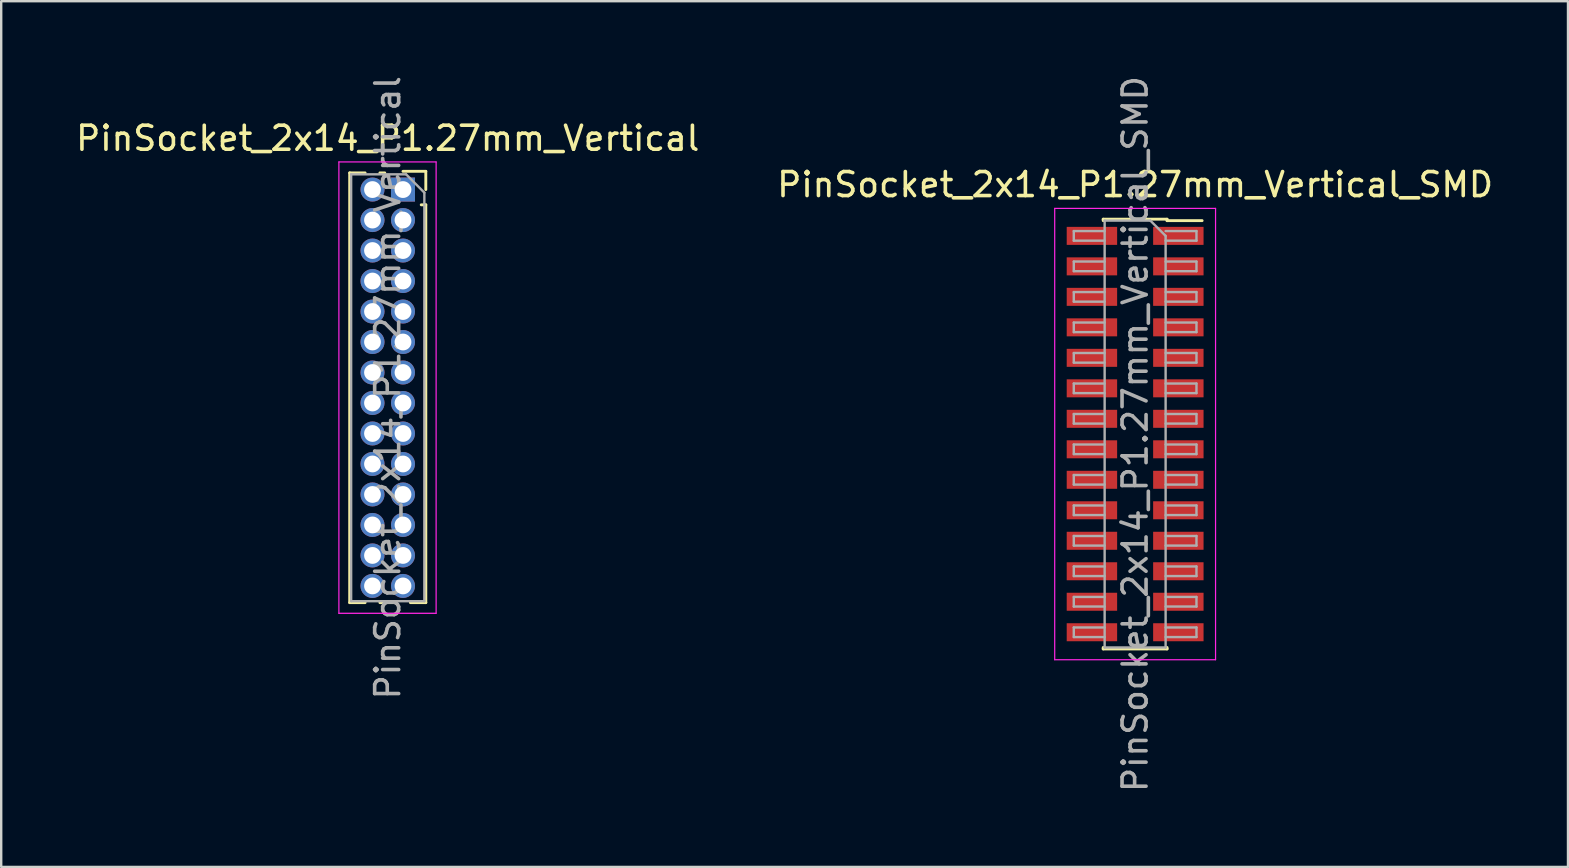
<source format=kicad_pcb>
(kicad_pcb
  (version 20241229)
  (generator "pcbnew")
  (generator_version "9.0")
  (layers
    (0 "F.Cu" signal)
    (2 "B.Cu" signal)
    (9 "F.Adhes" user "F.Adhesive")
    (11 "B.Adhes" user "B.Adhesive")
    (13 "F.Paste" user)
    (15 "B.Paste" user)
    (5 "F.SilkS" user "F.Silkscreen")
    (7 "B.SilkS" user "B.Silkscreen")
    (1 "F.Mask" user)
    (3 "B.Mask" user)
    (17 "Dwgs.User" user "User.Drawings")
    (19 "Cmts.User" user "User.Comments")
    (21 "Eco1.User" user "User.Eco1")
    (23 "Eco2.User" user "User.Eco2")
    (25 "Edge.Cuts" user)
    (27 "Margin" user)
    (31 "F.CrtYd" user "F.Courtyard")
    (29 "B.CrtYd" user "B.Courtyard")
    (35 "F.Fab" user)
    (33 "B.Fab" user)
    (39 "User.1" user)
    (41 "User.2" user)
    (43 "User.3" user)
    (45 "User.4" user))
  (footprint "PinSocket_2x14_P1.27mm_Vertical_SMD"
    (layer "F.Cu")
    (at 44.232 15.03)
    (property "Reference" "PinSocket_2x14_P1.27mm_Vertical_SMD" (at 0 -10.39 0) (layer "F.SilkS") (effects (font (size 1 1) (thickness 0.15))))
    (attr smd)
    (fp_line (start -1.33 -8.95) (end -1.33 -8.89) (stroke (width 0.12) (type solid)) (layer "F.SilkS"))
    (fp_line (start -1.33 -8.95) (end 1.33 -8.95) (stroke (width 0.12) (type solid)) (layer "F.SilkS"))
    (fp_line (start -1.33 8.89) (end -1.33 8.95) (stroke (width 0.12) (type solid)) (layer "F.SilkS"))
    (fp_line (start -1.33 8.95) (end 1.33 8.95) (stroke (width 0.12) (type solid)) (layer "F.SilkS"))
    (fp_line (start 1.33 -8.95) (end 1.33 -8.89) (stroke (width 0.12) (type solid)) (layer "F.SilkS"))
    (fp_line (start 1.33 -8.89) (end 2.79 -8.89) (stroke (width 0.12) (type solid)) (layer "F.SilkS"))
    (fp_line (start 1.33 8.89) (end 1.33 8.95) (stroke (width 0.12) (type solid)) (layer "F.SilkS"))
    (fp_line (start -3.35 -9.4) (end 3.35 -9.4) (stroke (width 0.05) (type solid)) (layer "F.CrtYd"))
    (fp_line (start -3.35 9.4) (end -3.35 -9.4) (stroke (width 0.05) (type solid)) (layer "F.CrtYd"))
    (fp_line (start 3.35 -9.4) (end 3.35 9.4) (stroke (width 0.05) (type solid)) (layer "F.CrtYd"))
    (fp_line (start 3.35 9.4) (end -3.35 9.4) (stroke (width 0.05) (type solid)) (layer "F.CrtYd"))
    (fp_line (start -2.555 -8.455) (end -1.27 -8.455) (stroke (width 0.1) (type solid)) (layer "F.Fab"))
    (fp_line (start -2.555 -8.055) (end -2.555 -8.455) (stroke (width 0.1) (type solid)) (layer "F.Fab"))
    (fp_line (start -2.555 -7.185) (end -1.27 -7.185) (stroke (width 0.1) (type solid)) (layer "F.Fab"))
    (fp_line (start -2.555 -6.785) (end -2.555 -7.185) (stroke (width 0.1) (type solid)) (layer "F.Fab"))
    (fp_line (start -2.555 -5.915) (end -1.27 -5.915) (stroke (width 0.1) (type solid)) (layer "F.Fab"))
    (fp_line (start -2.555 -5.515) (end -2.555 -5.915) (stroke (width 0.1) (type solid)) (layer "F.Fab"))
    (fp_line (start -2.555 -4.645) (end -1.27 -4.645) (stroke (width 0.1) (type solid)) (layer "F.Fab"))
    (fp_line (start -2.555 -4.245) (end -2.555 -4.645) (stroke (width 0.1) (type solid)) (layer "F.Fab"))
    (fp_line (start -2.555 -3.375) (end -1.27 -3.375) (stroke (width 0.1) (type solid)) (layer "F.Fab"))
    (fp_line (start -2.555 -2.975) (end -2.555 -3.375) (stroke (width 0.1) (type solid)) (layer "F.Fab"))
    (fp_line (start -2.555 -2.105) (end -1.27 -2.105) (stroke (width 0.1) (type solid)) (layer "F.Fab"))
    (fp_line (start -2.555 -1.705) (end -2.555 -2.105) (stroke (width 0.1) (type solid)) (layer "F.Fab"))
    (fp_line (start -2.555 -0.835) (end -1.27 -0.835) (stroke (width 0.1) (type solid)) (layer "F.Fab"))
    (fp_line (start -2.555 -0.435) (end -2.555 -0.835) (stroke (width 0.1) (type solid)) (layer "F.Fab"))
    (fp_line (start -2.555 0.435) (end -1.27 0.435) (stroke (width 0.1) (type solid)) (layer "F.Fab"))
    (fp_line (start -2.555 0.835) (end -2.555 0.435) (stroke (width 0.1) (type solid)) (layer "F.Fab"))
    (fp_line (start -2.555 1.705) (end -1.27 1.705) (stroke (width 0.1) (type solid)) (layer "F.Fab"))
    (fp_line (start -2.555 2.105) (end -2.555 1.705) (stroke (width 0.1) (type solid)) (layer "F.Fab"))
    (fp_line (start -2.555 2.975) (end -1.27 2.975) (stroke (width 0.1) (type solid)) (layer "F.Fab"))
    (fp_line (start -2.555 3.375) (end -2.555 2.975) (stroke (width 0.1) (type solid)) (layer "F.Fab"))
    (fp_line (start -2.555 4.245) (end -1.27 4.245) (stroke (width 0.1) (type solid)) (layer "F.Fab"))
    (fp_line (start -2.555 4.645) (end -2.555 4.245) (stroke (width 0.1) (type solid)) (layer "F.Fab"))
    (fp_line (start -2.555 5.515) (end -1.27 5.515) (stroke (width 0.1) (type solid)) (layer "F.Fab"))
    (fp_line (start -2.555 5.915) (end -2.555 5.515) (stroke (width 0.1) (type solid)) (layer "F.Fab"))
    (fp_line (start -2.555 6.785) (end -1.27 6.785) (stroke (width 0.1) (type solid)) (layer "F.Fab"))
    (fp_line (start -2.555 7.185) (end -2.555 6.785) (stroke (width 0.1) (type solid)) (layer "F.Fab"))
    (fp_line (start -2.555 8.055) (end -1.27 8.055) (stroke (width 0.1) (type solid)) (layer "F.Fab"))
    (fp_line (start -2.555 8.455) (end -2.555 8.055) (stroke (width 0.1) (type solid)) (layer "F.Fab"))
    (fp_line (start -1.27 -8.89) (end 0.635 -8.89) (stroke (width 0.1) (type solid)) (layer "F.Fab"))
    (fp_line (start -1.27 -8.055) (end -2.555 -8.055) (stroke (width 0.1) (type solid)) (layer "F.Fab"))
    (fp_line (start -1.27 -6.785) (end -2.555 -6.785) (stroke (width 0.1) (type solid)) (layer "F.Fab"))
    (fp_line (start -1.27 -5.515) (end -2.555 -5.515) (stroke (width 0.1) (type solid)) (layer "F.Fab"))
    (fp_line (start -1.27 -4.245) (end -2.555 -4.245) (stroke (width 0.1) (type solid)) (layer "F.Fab"))
    (fp_line (start -1.27 -2.975) (end -2.555 -2.975) (stroke (width 0.1) (type solid)) (layer "F.Fab"))
    (fp_line (start -1.27 -1.705) (end -2.555 -1.705) (stroke (width 0.1) (type solid)) (layer "F.Fab"))
    (fp_line (start -1.27 -0.435) (end -2.555 -0.435) (stroke (width 0.1) (type solid)) (layer "F.Fab"))
    (fp_line (start -1.27 0.835) (end -2.555 0.835) (stroke (width 0.1) (type solid)) (layer "F.Fab"))
    (fp_line (start -1.27 2.105) (end -2.555 2.105) (stroke (width 0.1) (type solid)) (layer "F.Fab"))
    (fp_line (start -1.27 3.375) (end -2.555 3.375) (stroke (width 0.1) (type solid)) (layer "F.Fab"))
    (fp_line (start -1.27 4.645) (end -2.555 4.645) (stroke (width 0.1) (type solid)) (layer "F.Fab"))
    (fp_line (start -1.27 5.915) (end -2.555 5.915) (stroke (width 0.1) (type solid)) (layer "F.Fab"))
    (fp_line (start -1.27 7.185) (end -2.555 7.185) (stroke (width 0.1) (type solid)) (layer "F.Fab"))
    (fp_line (start -1.27 8.455) (end -2.555 8.455) (stroke (width 0.1) (type solid)) (layer "F.Fab"))
    (fp_line (start -1.27 8.89) (end -1.27 -8.89) (stroke (width 0.1) (type solid)) (layer "F.Fab"))
    (fp_line (start 0.635 -8.89) (end 1.27 -8.255) (stroke (width 0.1) (type solid)) (layer "F.Fab"))
    (fp_line (start 1.27 -8.455) (end 2.555 -8.455) (stroke (width 0.1) (type solid)) (layer "F.Fab"))
    (fp_line (start 1.27 -8.255) (end 1.27 8.89) (stroke (width 0.1) (type solid)) (layer "F.Fab"))
    (fp_line (start 1.27 -7.185) (end 2.555 -7.185) (stroke (width 0.1) (type solid)) (layer "F.Fab"))
    (fp_line (start 1.27 -5.915) (end 2.555 -5.915) (stroke (width 0.1) (type solid)) (layer "F.Fab"))
    (fp_line (start 1.27 -4.645) (end 2.555 -4.645) (stroke (width 0.1) (type solid)) (layer "F.Fab"))
    (fp_line (start 1.27 -3.375) (end 2.555 -3.375) (stroke (width 0.1) (type solid)) (layer "F.Fab"))
    (fp_line (start 1.27 -2.105) (end 2.555 -2.105) (stroke (width 0.1) (type solid)) (layer "F.Fab"))
    (fp_line (start 1.27 -0.835) (end 2.555 -0.835) (stroke (width 0.1) (type solid)) (layer "F.Fab"))
    (fp_line (start 1.27 0.435) (end 2.555 0.435) (stroke (width 0.1) (type solid)) (layer "F.Fab"))
    (fp_line (start 1.27 1.705) (end 2.555 1.705) (stroke (width 0.1) (type solid)) (layer "F.Fab"))
    (fp_line (start 1.27 2.975) (end 2.555 2.975) (stroke (width 0.1) (type solid)) (layer "F.Fab"))
    (fp_line (start 1.27 4.245) (end 2.555 4.245) (stroke (width 0.1) (type solid)) (layer "F.Fab"))
    (fp_line (start 1.27 5.515) (end 2.555 5.515) (stroke (width 0.1) (type solid)) (layer "F.Fab"))
    (fp_line (start 1.27 6.785) (end 2.555 6.785) (stroke (width 0.1) (type solid)) (layer "F.Fab"))
    (fp_line (start 1.27 8.055) (end 2.555 8.055) (stroke (width 0.1) (type solid)) (layer "F.Fab"))
    (fp_line (start 1.27 8.89) (end -1.27 8.89) (stroke (width 0.1) (type solid)) (layer "F.Fab"))
    (fp_line (start 2.555 -8.455) (end 2.555 -8.055) (stroke (width 0.1) (type solid)) (layer "F.Fab"))
    (fp_line (start 2.555 -8.055) (end 1.27 -8.055) (stroke (width 0.1) (type solid)) (layer "F.Fab"))
    (fp_line (start 2.555 -7.185) (end 2.555 -6.785) (stroke (width 0.1) (type solid)) (layer "F.Fab"))
    (fp_line (start 2.555 -6.785) (end 1.27 -6.785) (stroke (width 0.1) (type solid)) (layer "F.Fab"))
    (fp_line (start 2.555 -5.915) (end 2.555 -5.515) (stroke (width 0.1) (type solid)) (layer "F.Fab"))
    (fp_line (start 2.555 -5.515) (end 1.27 -5.515) (stroke (width 0.1) (type solid)) (layer "F.Fab"))
    (fp_line (start 2.555 -4.645) (end 2.555 -4.245) (stroke (width 0.1) (type solid)) (layer "F.Fab"))
    (fp_line (start 2.555 -4.245) (end 1.27 -4.245) (stroke (width 0.1) (type solid)) (layer "F.Fab"))
    (fp_line (start 2.555 -3.375) (end 2.555 -2.975) (stroke (width 0.1) (type solid)) (layer "F.Fab"))
    (fp_line (start 2.555 -2.975) (end 1.27 -2.975) (stroke (width 0.1) (type solid)) (layer "F.Fab"))
    (fp_line (start 2.555 -2.105) (end 2.555 -1.705) (stroke (width 0.1) (type solid)) (layer "F.Fab"))
    (fp_line (start 2.555 -1.705) (end 1.27 -1.705) (stroke (width 0.1) (type solid)) (layer "F.Fab"))
    (fp_line (start 2.555 -0.835) (end 2.555 -0.435) (stroke (width 0.1) (type solid)) (layer "F.Fab"))
    (fp_line (start 2.555 -0.435) (end 1.27 -0.435) (stroke (width 0.1) (type solid)) (layer "F.Fab"))
    (fp_line (start 2.555 0.435) (end 2.555 0.835) (stroke (width 0.1) (type solid)) (layer "F.Fab"))
    (fp_line (start 2.555 0.835) (end 1.27 0.835) (stroke (width 0.1) (type solid)) (layer "F.Fab"))
    (fp_line (start 2.555 1.705) (end 2.555 2.105) (stroke (width 0.1) (type solid)) (layer "F.Fab"))
    (fp_line (start 2.555 2.105) (end 1.27 2.105) (stroke (width 0.1) (type solid)) (layer "F.Fab"))
    (fp_line (start 2.555 2.975) (end 2.555 3.375) (stroke (width 0.1) (type solid)) (layer "F.Fab"))
    (fp_line (start 2.555 3.375) (end 1.27 3.375) (stroke (width 0.1) (type solid)) (layer "F.Fab"))
    (fp_line (start 2.555 4.245) (end 2.555 4.645) (stroke (width 0.1) (type solid)) (layer "F.Fab"))
    (fp_line (start 2.555 4.645) (end 1.27 4.645) (stroke (width 0.1) (type solid)) (layer "F.Fab"))
    (fp_line (start 2.555 5.515) (end 2.555 5.915) (stroke (width 0.1) (type solid)) (layer "F.Fab"))
    (fp_line (start 2.555 5.915) (end 1.27 5.915) (stroke (width 0.1) (type solid)) (layer "F.Fab"))
    (fp_line (start 2.555 6.785) (end 2.555 7.185) (stroke (width 0.1) (type solid)) (layer "F.Fab"))
    (fp_line (start 2.555 7.185) (end 1.27 7.185) (stroke (width 0.1) (type solid)) (layer "F.Fab"))
    (fp_line (start 2.555 8.055) (end 2.555 8.455) (stroke (width 0.1) (type solid)) (layer "F.Fab"))
    (fp_line (start 2.555 8.455) (end 1.27 8.455) (stroke (width 0.1) (type solid)) (layer "F.Fab"))
    (fp_text user "${REFERENCE}" (at 0 0 90) (layer "F.Fab") (effects (font (size 1 1) (thickness 0.15))))
    (pad "1" smd rect (at 1.8 -8.255) (size 2.1 0.75) (layers "F.Cu" "F.Mask" "F.Paste"))
    (pad "2" smd rect (at -1.8 -8.255) (size 2.1 0.75) (layers "F.Cu" "F.Mask" "F.Paste"))
    (pad "3" smd rect (at 1.8 -6.985) (size 2.1 0.75) (layers "F.Cu" "F.Mask" "F.Paste"))
    (pad "4" smd rect (at -1.8 -6.985) (size 2.1 0.75) (layers "F.Cu" "F.Mask" "F.Paste"))
    (pad "5" smd rect (at 1.8 -5.715) (size 2.1 0.75) (layers "F.Cu" "F.Mask" "F.Paste"))
    (pad "6" smd rect (at -1.8 -5.715) (size 2.1 0.75) (layers "F.Cu" "F.Mask" "F.Paste"))
    (pad "7" smd rect (at 1.8 -4.445) (size 2.1 0.75) (layers "F.Cu" "F.Mask" "F.Paste"))
    (pad "8" smd rect (at -1.8 -4.445) (size 2.1 0.75) (layers "F.Cu" "F.Mask" "F.Paste"))
    (pad "9" smd rect (at 1.8 -3.175) (size 2.1 0.75) (layers "F.Cu" "F.Mask" "F.Paste"))
    (pad "10" smd rect (at -1.8 -3.175) (size 2.1 0.75) (layers "F.Cu" "F.Mask" "F.Paste"))
    (pad "11" smd rect (at 1.8 -1.905) (size 2.1 0.75) (layers "F.Cu" "F.Mask" "F.Paste"))
    (pad "12" smd rect (at -1.8 -1.905) (size 2.1 0.75) (layers "F.Cu" "F.Mask" "F.Paste"))
    (pad "13" smd rect (at 1.8 -0.635) (size 2.1 0.75) (layers "F.Cu" "F.Mask" "F.Paste"))
    (pad "14" smd rect (at -1.8 -0.635) (size 2.1 0.75) (layers "F.Cu" "F.Mask" "F.Paste"))
    (pad "15" smd rect (at 1.8 0.635) (size 2.1 0.75) (layers "F.Cu" "F.Mask" "F.Paste"))
    (pad "16" smd rect (at -1.8 0.635) (size 2.1 0.75) (layers "F.Cu" "F.Mask" "F.Paste"))
    (pad "17" smd rect (at 1.8 1.905) (size 2.1 0.75) (layers "F.Cu" "F.Mask" "F.Paste"))
    (pad "18" smd rect (at -1.8 1.905) (size 2.1 0.75) (layers "F.Cu" "F.Mask" "F.Paste"))
    (pad "19" smd rect (at 1.8 3.175) (size 2.1 0.75) (layers "F.Cu" "F.Mask" "F.Paste"))
    (pad "20" smd rect (at -1.8 3.175) (size 2.1 0.75) (layers "F.Cu" "F.Mask" "F.Paste"))
    (pad "21" smd rect (at 1.8 4.445) (size 2.1 0.75) (layers "F.Cu" "F.Mask" "F.Paste"))
    (pad "22" smd rect (at -1.8 4.445) (size 2.1 0.75) (layers "F.Cu" "F.Mask" "F.Paste"))
    (pad "23" smd rect (at 1.8 5.715) (size 2.1 0.75) (layers "F.Cu" "F.Mask" "F.Paste"))
    (pad "24" smd rect (at -1.8 5.715) (size 2.1 0.75) (layers "F.Cu" "F.Mask" "F.Paste"))
    (pad "25" smd rect (at 1.8 6.985) (size 2.1 0.75) (layers "F.Cu" "F.Mask" "F.Paste"))
    (pad "26" smd rect (at -1.8 6.985) (size 2.1 0.75) (layers "F.Cu" "F.Mask" "F.Paste"))
    (pad "27" smd rect (at 1.8 8.255) (size 2.1 0.75) (layers "F.Cu" "F.Mask" "F.Paste"))
    (pad "28" smd rect (at -1.8 8.255) (size 2.1 0.75) (layers "F.Cu" "F.Mask" "F.Paste")))
  (footprint "PinSocket_2x14_P1.27mm_Vertical"
    (layer "F.Cu")
    (at 13.736 4.846)
    (property "Reference" "PinSocket_2x14_P1.27mm_Vertical" (at -0.635 -2.135 0) (layer "F.SilkS") (effects (font (size 1 1) (thickness 0.15))))
    (attr through_hole)
    (fp_line (start -2.22 -0.695) (end -2.22 17.205) (stroke (width 0.12) (type solid)) (layer "F.SilkS"))
    (fp_line (start -2.22 -0.695) (end -1.578 -0.695) (stroke (width 0.12) (type solid)) (layer "F.SilkS"))
    (fp_line (start -2.22 17.205) (end -1.578 17.205) (stroke (width 0.12) (type solid)) (layer "F.SilkS"))
    (fp_line (start -0.962 -0.695) (end -0.76 -0.695) (stroke (width 0.12) (type solid)) (layer "F.SilkS"))
    (fp_line (start -0.962 17.205) (end -0.308 17.205) (stroke (width 0.12) (type solid)) (layer "F.SilkS"))
    (fp_line (start 0 -0.76) (end 0.95 -0.76) (stroke (width 0.12) (type solid)) (layer "F.SilkS"))
    (fp_line (start 0.308 17.205) (end 0.95 17.205) (stroke (width 0.12) (type solid)) (layer "F.SilkS"))
    (fp_line (start 0.76 0.635) (end 0.95 0.635) (stroke (width 0.12) (type solid)) (layer "F.SilkS"))
    (fp_line (start 0.95 -0.76) (end 0.95 0) (stroke (width 0.12) (type solid)) (layer "F.SilkS"))
    (fp_line (start 0.95 0.635) (end 0.95 17.205) (stroke (width 0.12) (type solid)) (layer "F.SilkS"))
    (fp_line (start -2.67 -1.15) (end 1.38 -1.15) (stroke (width 0.05) (type solid)) (layer "F.CrtYd"))
    (fp_line (start -2.67 17.65) (end -2.67 -1.15) (stroke (width 0.05) (type solid)) (layer "F.CrtYd"))
    (fp_line (start 1.38 -1.15) (end 1.38 17.65) (stroke (width 0.05) (type solid)) (layer "F.CrtYd"))
    (fp_line (start 1.38 17.65) (end -2.67 17.65) (stroke (width 0.05) (type solid)) (layer "F.CrtYd"))
    (fp_line (start -2.16 -0.635) (end 0.128 -0.635) (stroke (width 0.1) (type solid)) (layer "F.Fab"))
    (fp_line (start -2.16 17.145) (end -2.16 -0.635) (stroke (width 0.1) (type solid)) (layer "F.Fab"))
    (fp_line (start 0.128 -0.635) (end 0.89 0.128) (stroke (width 0.1) (type solid)) (layer "F.Fab"))
    (fp_line (start 0.89 0.128) (end 0.89 17.145) (stroke (width 0.1) (type solid)) (layer "F.Fab"))
    (fp_line (start 0.89 17.145) (end -2.16 17.145) (stroke (width 0.1) (type solid)) (layer "F.Fab"))
    (fp_text user "${REFERENCE}" (at -0.635 8.255 90) (layer "F.Fab") (effects (font (size 1 1) (thickness 0.15))))
    (pad "1" thru_hole rect (at 0 0) (size 1 1) (drill 0.7) (layers "*.Cu" "*.Mask"))
    (pad "2" thru_hole oval (at -1.27 0) (size 1 1) (drill 0.7) (layers "*.Cu" "*.Mask"))
    (pad "3" thru_hole oval (at 0 1.27) (size 1 1) (drill 0.7) (layers "*.Cu" "*.Mask"))
    (pad "4" thru_hole oval (at -1.27 1.27) (size 1 1) (drill 0.7) (layers "*.Cu" "*.Mask"))
    (pad "5" thru_hole oval (at 0 2.54) (size 1 1) (drill 0.7) (layers "*.Cu" "*.Mask"))
    (pad "6" thru_hole oval (at -1.27 2.54) (size 1 1) (drill 0.7) (layers "*.Cu" "*.Mask"))
    (pad "7" thru_hole oval (at 0 3.81) (size 1 1) (drill 0.7) (layers "*.Cu" "*.Mask"))
    (pad "8" thru_hole oval (at -1.27 3.81) (size 1 1) (drill 0.7) (layers "*.Cu" "*.Mask"))
    (pad "9" thru_hole oval (at 0 5.08) (size 1 1) (drill 0.7) (layers "*.Cu" "*.Mask"))
    (pad "10" thru_hole oval (at -1.27 5.08) (size 1 1) (drill 0.7) (layers "*.Cu" "*.Mask"))
    (pad "11" thru_hole oval (at 0 6.35) (size 1 1) (drill 0.7) (layers "*.Cu" "*.Mask"))
    (pad "12" thru_hole oval (at -1.27 6.35) (size 1 1) (drill 0.7) (layers "*.Cu" "*.Mask"))
    (pad "13" thru_hole oval (at 0 7.62) (size 1 1) (drill 0.7) (layers "*.Cu" "*.Mask"))
    (pad "14" thru_hole oval (at -1.27 7.62) (size 1 1) (drill 0.7) (layers "*.Cu" "*.Mask"))
    (pad "15" thru_hole oval (at 0 8.89) (size 1 1) (drill 0.7) (layers "*.Cu" "*.Mask"))
    (pad "16" thru_hole oval (at -1.27 8.89) (size 1 1) (drill 0.7) (layers "*.Cu" "*.Mask"))
    (pad "17" thru_hole oval (at 0 10.16) (size 1 1) (drill 0.7) (layers "*.Cu" "*.Mask"))
    (pad "18" thru_hole oval (at -1.27 10.16) (size 1 1) (drill 0.7) (layers "*.Cu" "*.Mask"))
    (pad "19" thru_hole oval (at 0 11.43) (size 1 1) (drill 0.7) (layers "*.Cu" "*.Mask"))
    (pad "20" thru_hole oval (at -1.27 11.43) (size 1 1) (drill 0.7) (layers "*.Cu" "*.Mask"))
    (pad "21" thru_hole oval (at 0 12.7) (size 1 1) (drill 0.7) (layers "*.Cu" "*.Mask"))
    (pad "22" thru_hole oval (at -1.27 12.7) (size 1 1) (drill 0.7) (layers "*.Cu" "*.Mask"))
    (pad "23" thru_hole oval (at 0 13.97) (size 1 1) (drill 0.7) (layers "*.Cu" "*.Mask"))
    (pad "24" thru_hole oval (at -1.27 13.97) (size 1 1) (drill 0.7) (layers "*.Cu" "*.Mask"))
    (pad "25" thru_hole oval (at 0 15.24) (size 1 1) (drill 0.7) (layers "*.Cu" "*.Mask"))
    (pad "26" thru_hole oval (at -1.27 15.24) (size 1 1) (drill 0.7) (layers "*.Cu" "*.Mask"))
    (pad "27" thru_hole oval (at 0 16.51) (size 1 1) (drill 0.7) (layers "*.Cu" "*.Mask"))
    (pad "28" thru_hole oval (at -1.27 16.51) (size 1 1) (drill 0.7) (layers "*.Cu" "*.Mask")))
  (gr_rect
    (start -3 -3)
    (end 62.262 33.06)
    (stroke (width 0.1) (type default))
    (fill no)
    (layer "Edge.Cuts")))
</source>
